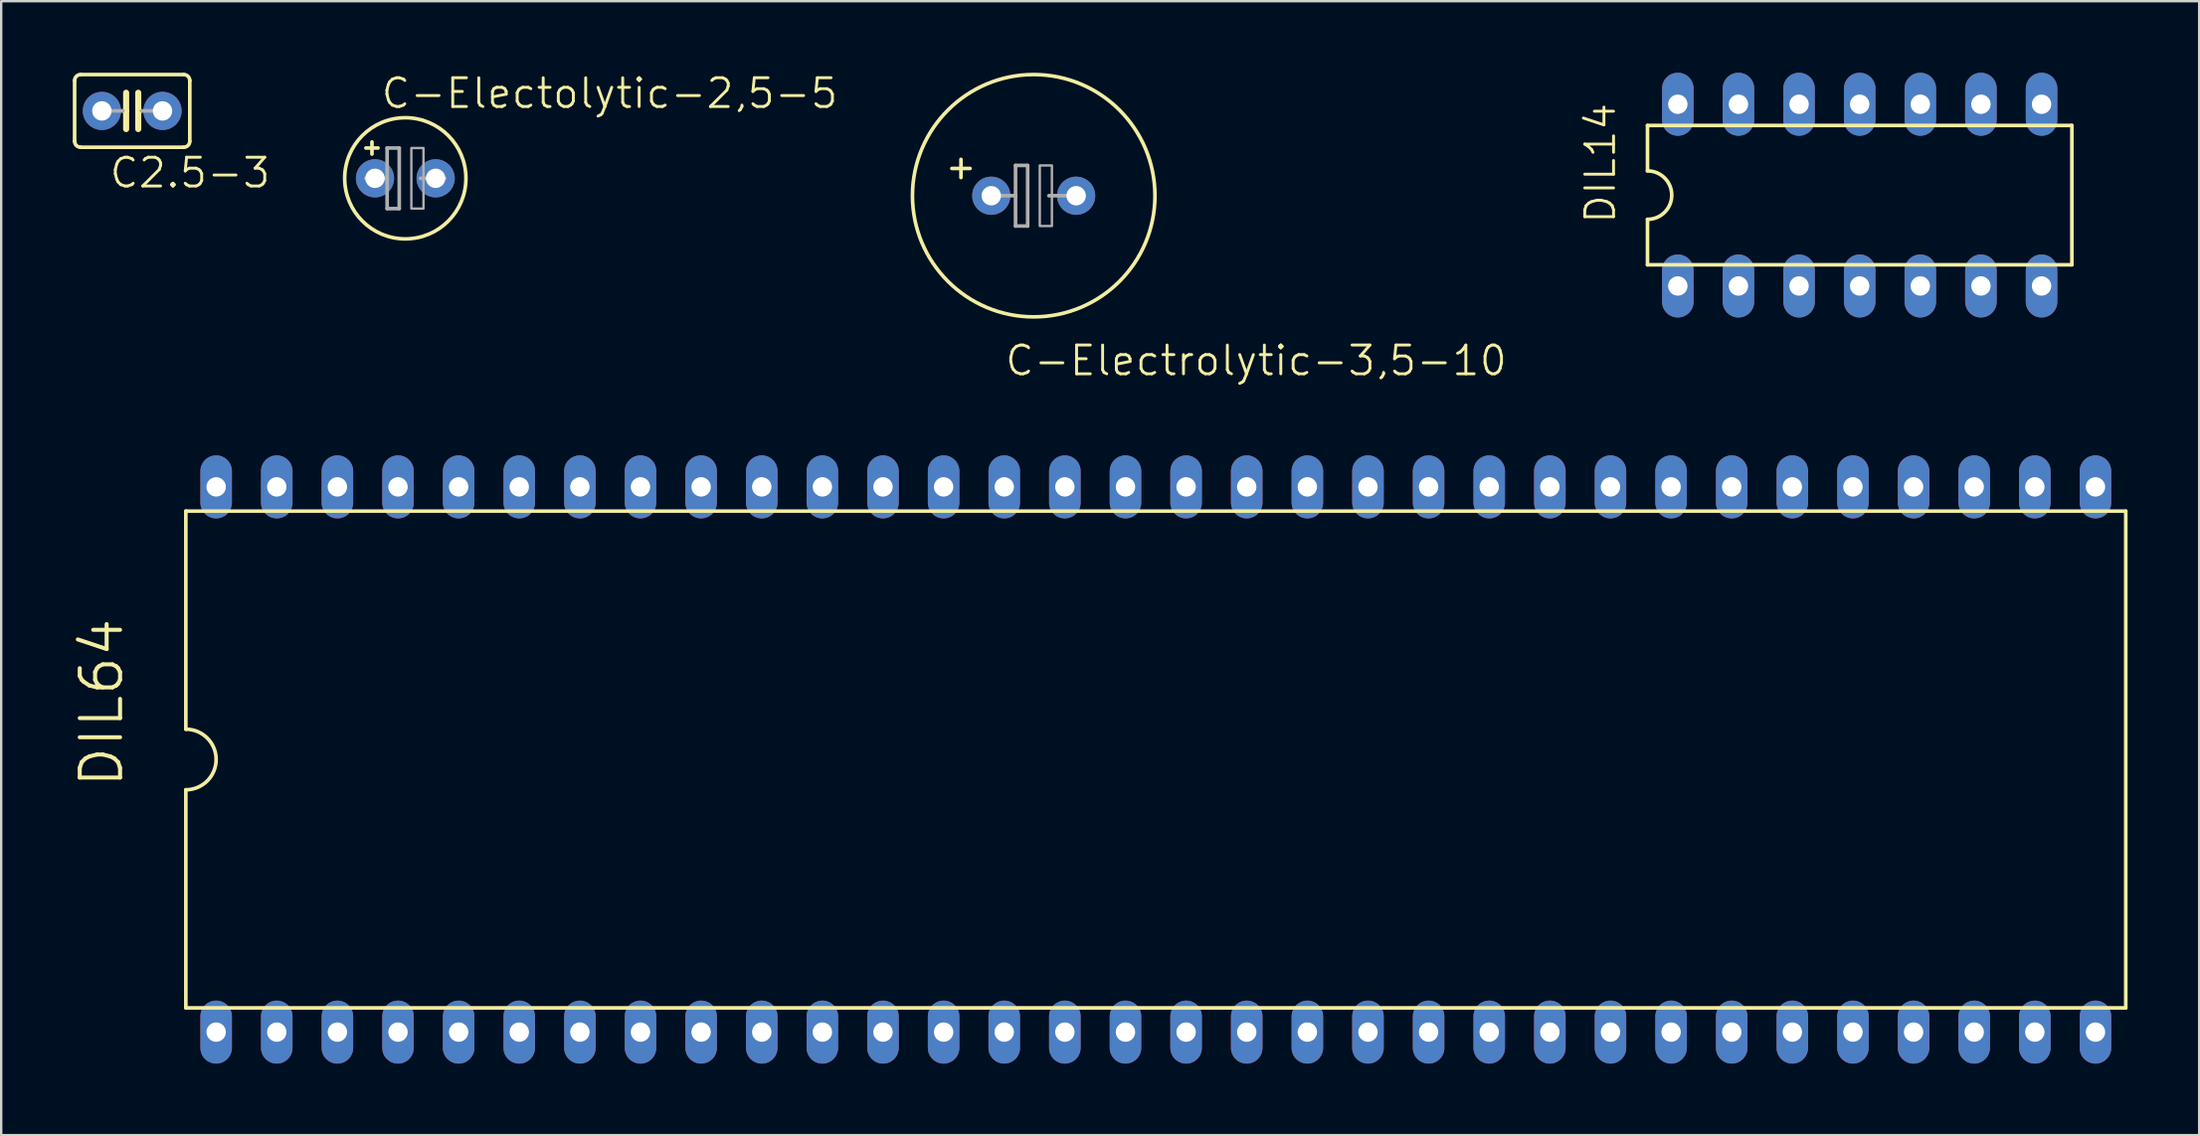
<source format=kicad_pcb>
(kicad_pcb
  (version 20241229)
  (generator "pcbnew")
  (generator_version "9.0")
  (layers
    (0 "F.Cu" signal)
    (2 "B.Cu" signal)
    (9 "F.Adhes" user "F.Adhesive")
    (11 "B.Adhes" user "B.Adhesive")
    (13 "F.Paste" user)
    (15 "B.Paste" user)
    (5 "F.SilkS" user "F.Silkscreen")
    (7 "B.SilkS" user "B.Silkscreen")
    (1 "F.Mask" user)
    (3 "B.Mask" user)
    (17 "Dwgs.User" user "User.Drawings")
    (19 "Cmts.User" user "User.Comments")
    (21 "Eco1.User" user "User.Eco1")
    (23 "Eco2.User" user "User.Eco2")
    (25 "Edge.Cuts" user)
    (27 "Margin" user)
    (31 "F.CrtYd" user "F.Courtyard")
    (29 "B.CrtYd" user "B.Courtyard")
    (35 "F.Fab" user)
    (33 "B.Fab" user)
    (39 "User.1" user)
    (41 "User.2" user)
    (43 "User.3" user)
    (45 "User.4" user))
  (footprint "C2.5-3"
    (layer "F.Cu")
    (at 2.489 1.6)
    (property "Reference" "C2.5-3" (at -1.016 3.302 180) (layer "F.SilkS") (effects (font (size 1.206 1.206) (thickness 0.121)) (justify left bottom)))
    (attr through_hole)
    (fp_line (start -2.413 -1.27) (end -2.413 1.27) (stroke (width 0.152) (type solid)) (layer "F.SilkS"))
    (fp_line (start -2.159 -1.524) (end 2.159 -1.524) (stroke (width 0.152) (type solid)) (layer "F.SilkS"))
    (fp_line (start -0.254 -0.762) (end -0.254 0) (stroke (width 0.254) (type solid)) (layer "F.SilkS"))
    (fp_line (start -0.254 0) (end -0.381 0) (stroke (width 0.152) (type solid)) (layer "F.SilkS"))
    (fp_line (start -0.254 0) (end -0.254 0.762) (stroke (width 0.254) (type solid)) (layer "F.SilkS"))
    (fp_line (start 0.254 0) (end 0.254 -0.762) (stroke (width 0.254) (type solid)) (layer "F.SilkS"))
    (fp_line (start 0.254 0) (end 0.254 0.762) (stroke (width 0.254) (type solid)) (layer "F.SilkS"))
    (fp_line (start 0.381 0) (end 0.254 0) (stroke (width 0.152) (type solid)) (layer "F.SilkS"))
    (fp_line (start 2.159 1.524) (end -2.159 1.524) (stroke (width 0.152) (type solid)) (layer "F.SilkS"))
    (fp_line (start 2.413 -1.27) (end 2.413 1.27) (stroke (width 0.152) (type solid)) (layer "F.SilkS"))
    (fp_arc (start -2.413 -1.27) (mid -2.338605 -1.449605) (end -2.159 -1.524) (stroke (width 0.1524) (type solid)) (layer "F.SilkS"))
    (fp_arc (start -2.159 1.524) (mid -2.338605 1.449605) (end -2.413 1.27) (stroke (width 0.1524) (type solid)) (layer "F.SilkS"))
    (fp_arc (start 2.159 -1.524) (mid 2.338605 -1.449605) (end 2.413 -1.27) (stroke (width 0.1524) (type solid)) (layer "F.SilkS"))
    (fp_arc (start 2.413 1.27) (mid 2.338605 1.449605) (end 2.159 1.524) (stroke (width 0.1524) (type solid)) (layer "F.SilkS"))
    (fp_line (start -0.381 0) (end -1.27 0) (stroke (width 0.152) (type solid)) (layer "F.Fab"))
    (fp_line (start 1.27 0) (end 0.381 0) (stroke (width 0.152) (type solid)) (layer "F.Fab"))
    (pad "1" thru_hole circle (at -1.27 0) (size 1.6 1.6) (drill 0.813) (layers "*.Cu" "*.Mask"))
    (pad "2" thru_hole circle (at 1.27 0) (size 1.6 1.6) (drill 0.813) (layers "*.Cu" "*.Mask")))
  (footprint "C-Electolytic-2,5-5"
    (layer "F.Cu")
    (at 13.932 4.426)
    (property "Reference" "C-Electolytic-2,5-5" (at -1.079 -2.857 0) (layer "F.SilkS") (effects (font (size 1.206 1.206) (thickness 0.121)) (justify left bottom)))
    (attr through_hole)
    (fp_line (start -1.651 -1.27) (end -1.397 -1.27) (stroke (width 0.152) (type solid)) (layer "F.SilkS"))
    (fp_line (start -1.397 -1.27) (end -1.397 -1.524) (stroke (width 0.152) (type solid)) (layer "F.SilkS"))
    (fp_line (start -1.397 -1.27) (end -1.143 -1.27) (stroke (width 0.152) (type solid)) (layer "F.SilkS"))
    (fp_line (start -1.397 -1.016) (end -1.397 -1.27) (stroke (width 0.152) (type solid)) (layer "F.SilkS"))
    (fp_circle (center 0 0) (end 2.54 0) (stroke (width 0.152) (type solid)) (fill no) (layer "F.SilkS"))
    (fp_line (start -1.651 0) (end -0.762 0) (stroke (width 0.152) (type solid)) (layer "F.Fab"))
    (fp_line (start -0.762 -1.27) (end -0.762 0) (stroke (width 0.152) (type solid)) (layer "F.Fab"))
    (fp_line (start -0.762 0) (end -0.762 1.27) (stroke (width 0.152) (type solid)) (layer "F.Fab"))
    (fp_line (start -0.762 1.27) (end -0.254 1.27) (stroke (width 0.152) (type solid)) (layer "F.Fab"))
    (fp_line (start -0.254 -1.27) (end -0.762 -1.27) (stroke (width 0.152) (type solid)) (layer "F.Fab"))
    (fp_line (start -0.254 1.27) (end -0.254 -1.27) (stroke (width 0.152) (type solid)) (layer "F.Fab"))
    (fp_line (start 0.635 0) (end 1.651 0) (stroke (width 0.152) (type solid)) (layer "F.Fab"))
    (fp_poly (pts (xy 0.254 1.27) (xy 0.762 1.27) (xy 0.762 -1.27) (xy 0.254 -1.27)) (stroke (width 0.1) (type solid)) (fill no) (layer "F.Fab"))
    (pad "+" thru_hole circle (at -1.27 0) (size 1.6 1.6) (drill 0.813) (layers "*.Cu" "*.Mask"))
    (pad "-" thru_hole circle (at 1.27 0) (size 1.6 1.6) (drill 0.813) (layers "*.Cu" "*.Mask")))
  (footprint "DIL14"
    (layer "F.Cu")
    (at 74.868 5.131)
    (property "Reference" "DIL14" (at -10.16 1.27 90) (layer "F.SilkS") (effects (font (size 1.206 1.206) (thickness 0.121)) (justify left bottom)))
    (attr through_hole)
    (fp_line (start -8.89 -2.921) (end -8.89 -1.016) (stroke (width 0.152) (type solid)) (layer "F.SilkS"))
    (fp_line (start -8.89 2.921) (end -8.89 1.016) (stroke (width 0.152) (type solid)) (layer "F.SilkS"))
    (fp_line (start -8.89 2.921) (end 8.89 2.921) (stroke (width 0.152) (type solid)) (layer "F.SilkS"))
    (fp_line (start 8.89 -2.921) (end -8.89 -2.921) (stroke (width 0.152) (type solid)) (layer "F.SilkS"))
    (fp_line (start 8.89 -2.921) (end 8.89 2.921) (stroke (width 0.152) (type solid)) (layer "F.SilkS"))
    (fp_arc (start -8.89 -1.016) (mid -7.874 0) (end -8.89 1.016) (stroke (width 0.1524) (type solid)) (layer "F.SilkS"))
    (pad "1" thru_hole oval (at -7.62 3.81 90) (size 2.642 1.321) (drill 0.813) (layers "*.Cu" "*.Mask"))
    (pad "2" thru_hole oval (at -5.08 3.81 90) (size 2.642 1.321) (drill 0.813) (layers "*.Cu" "*.Mask"))
    (pad "3" thru_hole oval (at -2.54 3.81 90) (size 2.642 1.321) (drill 0.813) (layers "*.Cu" "*.Mask"))
    (pad "4" thru_hole oval (at 0 3.81 90) (size 2.642 1.321) (drill 0.813) (layers "*.Cu" "*.Mask"))
    (pad "5" thru_hole oval (at 2.54 3.81 90) (size 2.642 1.321) (drill 0.813) (layers "*.Cu" "*.Mask"))
    (pad "6" thru_hole oval (at 5.08 3.81 90) (size 2.642 1.321) (drill 0.813) (layers "*.Cu" "*.Mask"))
    (pad "7" thru_hole oval (at 7.62 3.81 90) (size 2.642 1.321) (drill 0.813) (layers "*.Cu" "*.Mask"))
    (pad "8" thru_hole oval (at 7.62 -3.81 90) (size 2.642 1.321) (drill 0.813) (layers "*.Cu" "*.Mask"))
    (pad "9" thru_hole oval (at 5.08 -3.81 90) (size 2.642 1.321) (drill 0.813) (layers "*.Cu" "*.Mask"))
    (pad "10" thru_hole oval (at 2.54 -3.81 90) (size 2.642 1.321) (drill 0.813) (layers "*.Cu" "*.Mask"))
    (pad "11" thru_hole oval (at 0 -3.81 90) (size 2.642 1.321) (drill 0.813) (layers "*.Cu" "*.Mask"))
    (pad "12" thru_hole oval (at -2.54 -3.81 90) (size 2.642 1.321) (drill 0.813) (layers "*.Cu" "*.Mask"))
    (pad "13" thru_hole oval (at -5.08 -3.81 90) (size 2.642 1.321) (drill 0.813) (layers "*.Cu" "*.Mask"))
    (pad "14" thru_hole oval (at -7.62 -3.81 90) (size 2.642 1.321) (drill 0.813) (layers "*.Cu" "*.Mask")))
  (footprint "DIL64"
    (layer "F.Cu")
    (at 45.376 28.794)
    (property "Reference" "DIL64" (at -43.18 1.27 90) (layer "F.SilkS") (effects (font (size 1.689 1.689) (thickness 0.169)) (justify left bottom)))
    (attr through_hole)
    (fp_line (start -40.64 -10.414) (end -40.64 -1.27) (stroke (width 0.152) (type solid)) (layer "F.SilkS"))
    (fp_line (start -40.64 -10.414) (end 40.64 -10.414) (stroke (width 0.152) (type solid)) (layer "F.SilkS"))
    (fp_line (start -40.64 1.27) (end -40.64 10.414) (stroke (width 0.152) (type solid)) (layer "F.SilkS"))
    (fp_line (start -40.64 10.414) (end 40.64 10.414) (stroke (width 0.152) (type solid)) (layer "F.SilkS"))
    (fp_line (start 40.64 10.414) (end 40.64 -10.414) (stroke (width 0.152) (type solid)) (layer "F.SilkS"))
    (fp_arc (start -40.64 -1.27) (mid -39.37 0) (end -40.64 1.27) (stroke (width 0.1524) (type solid)) (layer "F.SilkS"))
    (pad "1" thru_hole oval (at -39.37 11.43 90) (size 2.642 1.321) (drill 0.813) (layers "*.Cu" "*.Mask"))
    (pad "2" thru_hole oval (at -36.83 11.43 90) (size 2.642 1.321) (drill 0.813) (layers "*.Cu" "*.Mask"))
    (pad "3" thru_hole oval (at -34.29 11.43 90) (size 2.642 1.321) (drill 0.813) (layers "*.Cu" "*.Mask"))
    (pad "4" thru_hole oval (at -31.75 11.43 90) (size 2.642 1.321) (drill 0.813) (layers "*.Cu" "*.Mask"))
    (pad "5" thru_hole oval (at -29.21 11.43 90) (size 2.642 1.321) (drill 0.813) (layers "*.Cu" "*.Mask"))
    (pad "6" thru_hole oval (at -26.67 11.43 90) (size 2.642 1.321) (drill 0.813) (layers "*.Cu" "*.Mask"))
    (pad "7" thru_hole oval (at -24.13 11.43 90) (size 2.642 1.321) (drill 0.813) (layers "*.Cu" "*.Mask"))
    (pad "8" thru_hole oval (at -21.59 11.43 90) (size 2.642 1.321) (drill 0.813) (layers "*.Cu" "*.Mask"))
    (pad "9" thru_hole oval (at -19.05 11.43 90) (size 2.642 1.321) (drill 0.813) (layers "*.Cu" "*.Mask"))
    (pad "10" thru_hole oval (at -16.51 11.43 90) (size 2.642 1.321) (drill 0.813) (layers "*.Cu" "*.Mask"))
    (pad "11" thru_hole oval (at -13.97 11.43 90) (size 2.642 1.321) (drill 0.813) (layers "*.Cu" "*.Mask"))
    (pad "12" thru_hole oval (at -11.43 11.43 90) (size 2.642 1.321) (drill 0.813) (layers "*.Cu" "*.Mask"))
    (pad "13" thru_hole oval (at -8.89 11.43 90) (size 2.642 1.321) (drill 0.813) (layers "*.Cu" "*.Mask"))
    (pad "14" thru_hole oval (at -6.35 11.43 90) (size 2.642 1.321) (drill 0.813) (layers "*.Cu" "*.Mask"))
    (pad "15" thru_hole oval (at -3.81 11.43 90) (size 2.642 1.321) (drill 0.813) (layers "*.Cu" "*.Mask"))
    (pad "16" thru_hole oval (at -1.27 11.43 90) (size 2.642 1.321) (drill 0.813) (layers "*.Cu" "*.Mask"))
    (pad "17" thru_hole oval (at 1.27 11.43 90) (size 2.642 1.321) (drill 0.813) (layers "*.Cu" "*.Mask"))
    (pad "18" thru_hole oval (at 3.81 11.43 90) (size 2.642 1.321) (drill 0.813) (layers "*.Cu" "*.Mask"))
    (pad "19" thru_hole oval (at 6.35 11.43 90) (size 2.642 1.321) (drill 0.813) (layers "*.Cu" "*.Mask"))
    (pad "20" thru_hole oval (at 8.89 11.43 90) (size 2.642 1.321) (drill 0.813) (layers "*.Cu" "*.Mask"))
    (pad "21" thru_hole oval (at 11.43 11.43 90) (size 2.642 1.321) (drill 0.813) (layers "*.Cu" "*.Mask"))
    (pad "22" thru_hole oval (at 13.97 11.43 90) (size 2.642 1.321) (drill 0.813) (layers "*.Cu" "*.Mask"))
    (pad "23" thru_hole oval (at 16.51 11.43 90) (size 2.642 1.321) (drill 0.813) (layers "*.Cu" "*.Mask"))
    (pad "24" thru_hole oval (at 19.05 11.43 90) (size 2.642 1.321) (drill 0.813) (layers "*.Cu" "*.Mask"))
    (pad "25" thru_hole oval (at 21.59 11.43 90) (size 2.642 1.321) (drill 0.813) (layers "*.Cu" "*.Mask"))
    (pad "26" thru_hole oval (at 24.13 11.43 90) (size 2.642 1.321) (drill 0.813) (layers "*.Cu" "*.Mask"))
    (pad "27" thru_hole oval (at 26.67 11.43 90) (size 2.642 1.321) (drill 0.813) (layers "*.Cu" "*.Mask"))
    (pad "28" thru_hole oval (at 29.21 11.43 90) (size 2.642 1.321) (drill 0.813) (layers "*.Cu" "*.Mask"))
    (pad "29" thru_hole oval (at 31.75 11.43 90) (size 2.642 1.321) (drill 0.813) (layers "*.Cu" "*.Mask"))
    (pad "30" thru_hole oval (at 34.29 11.43 90) (size 2.642 1.321) (drill 0.813) (layers "*.Cu" "*.Mask"))
    (pad "31" thru_hole oval (at 36.83 11.43 90) (size 2.642 1.321) (drill 0.813) (layers "*.Cu" "*.Mask"))
    (pad "32" thru_hole oval (at 39.37 11.43 90) (size 2.642 1.321) (drill 0.813) (layers "*.Cu" "*.Mask"))
    (pad "33" thru_hole oval (at 39.37 -11.43 90) (size 2.642 1.321) (drill 0.813) (layers "*.Cu" "*.Mask"))
    (pad "34" thru_hole oval (at 36.83 -11.43 90) (size 2.642 1.321) (drill 0.813) (layers "*.Cu" "*.Mask"))
    (pad "35" thru_hole oval (at 34.29 -11.43 90) (size 2.642 1.321) (drill 0.813) (layers "*.Cu" "*.Mask"))
    (pad "36" thru_hole oval (at 31.75 -11.43 90) (size 2.642 1.321) (drill 0.813) (layers "*.Cu" "*.Mask"))
    (pad "37" thru_hole oval (at 29.21 -11.43 90) (size 2.642 1.321) (drill 0.813) (layers "*.Cu" "*.Mask"))
    (pad "38" thru_hole oval (at 26.67 -11.43 90) (size 2.642 1.321) (drill 0.813) (layers "*.Cu" "*.Mask"))
    (pad "39" thru_hole oval (at 24.13 -11.43 90) (size 2.642 1.321) (drill 0.813) (layers "*.Cu" "*.Mask"))
    (pad "40" thru_hole oval (at 21.59 -11.43 90) (size 2.642 1.321) (drill 0.813) (layers "*.Cu" "*.Mask"))
    (pad "41" thru_hole oval (at 19.05 -11.43 90) (size 2.642 1.321) (drill 0.813) (layers "*.Cu" "*.Mask"))
    (pad "42" thru_hole oval (at 16.51 -11.43 90) (size 2.642 1.321) (drill 0.813) (layers "*.Cu" "*.Mask"))
    (pad "43" thru_hole oval (at 13.97 -11.43 90) (size 2.642 1.321) (drill 0.813) (layers "*.Cu" "*.Mask"))
    (pad "44" thru_hole oval (at 11.43 -11.43 90) (size 2.642 1.321) (drill 0.813) (layers "*.Cu" "*.Mask"))
    (pad "45" thru_hole oval (at 8.89 -11.43 90) (size 2.642 1.321) (drill 0.813) (layers "*.Cu" "*.Mask"))
    (pad "46" thru_hole oval (at 6.35 -11.43 90) (size 2.642 1.321) (drill 0.813) (layers "*.Cu" "*.Mask"))
    (pad "47" thru_hole oval (at 3.81 -11.43 90) (size 2.642 1.321) (drill 0.813) (layers "*.Cu" "*.Mask"))
    (pad "48" thru_hole oval (at 1.27 -11.43 90) (size 2.642 1.321) (drill 0.813) (layers "*.Cu" "*.Mask"))
    (pad "49" thru_hole oval (at -1.27 -11.43 90) (size 2.642 1.321) (drill 0.813) (layers "*.Cu" "*.Mask"))
    (pad "50" thru_hole oval (at -3.81 -11.43 90) (size 2.642 1.321) (drill 0.813) (layers "*.Cu" "*.Mask"))
    (pad "51" thru_hole oval (at -6.35 -11.43 90) (size 2.642 1.321) (drill 0.813) (layers "*.Cu" "*.Mask"))
    (pad "52" thru_hole oval (at -8.89 -11.43 90) (size 2.642 1.321) (drill 0.813) (layers "*.Cu" "*.Mask"))
    (pad "53" thru_hole oval (at -11.43 -11.43 90) (size 2.642 1.321) (drill 0.813) (layers "*.Cu" "*.Mask"))
    (pad "54" thru_hole oval (at -13.97 -11.43 90) (size 2.642 1.321) (drill 0.813) (layers "*.Cu" "*.Mask"))
    (pad "55" thru_hole oval (at -16.51 -11.43 90) (size 2.642 1.321) (drill 0.813) (layers "*.Cu" "*.Mask"))
    (pad "56" thru_hole oval (at -19.05 -11.43 90) (size 2.642 1.321) (drill 0.813) (layers "*.Cu" "*.Mask"))
    (pad "57" thru_hole oval (at -21.59 -11.43 90) (size 2.642 1.321) (drill 0.813) (layers "*.Cu" "*.Mask"))
    (pad "58" thru_hole oval (at -24.13 -11.43 90) (size 2.642 1.321) (drill 0.813) (layers "*.Cu" "*.Mask"))
    (pad "59" thru_hole oval (at -26.67 -11.43 90) (size 2.642 1.321) (drill 0.813) (layers "*.Cu" "*.Mask"))
    (pad "60" thru_hole oval (at -29.21 -11.43 90) (size 2.642 1.321) (drill 0.813) (layers "*.Cu" "*.Mask"))
    (pad "61" thru_hole oval (at -31.75 -11.43 90) (size 2.642 1.321) (drill 0.813) (layers "*.Cu" "*.Mask"))
    (pad "62" thru_hole oval (at -34.29 -11.43 90) (size 2.642 1.321) (drill 0.813) (layers "*.Cu" "*.Mask"))
    (pad "63" thru_hole oval (at -36.83 -11.43 90) (size 2.642 1.321) (drill 0.813) (layers "*.Cu" "*.Mask"))
    (pad "64" thru_hole oval (at -39.37 -11.43 90) (size 2.642 1.321) (drill 0.813) (layers "*.Cu" "*.Mask")))
  (footprint "C-Electrolytic-3,5-10"
    (layer "F.Cu")
    (at 40.261 5.156)
    (property "Reference" "C-Electrolytic-3,5-10" (at -1.27 7.62 180) (layer "F.SilkS") (effects (font (size 1.206 1.206) (thickness 0.121)) (justify left bottom)))
    (attr through_hole)
    (fp_line (start -3.429 -1.143) (end -2.667 -1.143) (stroke (width 0.152) (type solid)) (layer "F.SilkS"))
    (fp_line (start -3.048 -0.762) (end -3.048 -1.524) (stroke (width 0.152) (type solid)) (layer "F.SilkS"))
    (fp_circle (center 0 0) (end 5.08 0) (stroke (width 0.152) (type solid)) (fill no) (layer "F.SilkS"))
    (fp_line (start -1.651 0) (end -0.762 0) (stroke (width 0.152) (type solid)) (layer "F.Fab"))
    (fp_line (start -0.762 -1.27) (end -0.762 0) (stroke (width 0.152) (type solid)) (layer "F.Fab"))
    (fp_line (start -0.762 0) (end -0.762 1.27) (stroke (width 0.152) (type solid)) (layer "F.Fab"))
    (fp_line (start -0.762 1.27) (end -0.254 1.27) (stroke (width 0.152) (type solid)) (layer "F.Fab"))
    (fp_line (start -0.254 -1.27) (end -0.762 -1.27) (stroke (width 0.152) (type solid)) (layer "F.Fab"))
    (fp_line (start -0.254 1.27) (end -0.254 -1.27) (stroke (width 0.152) (type solid)) (layer "F.Fab"))
    (fp_line (start 0.635 0) (end 1.651 0) (stroke (width 0.152) (type solid)) (layer "F.Fab"))
    (fp_poly (pts (xy 0.254 1.27) (xy 0.762 1.27) (xy 0.762 -1.27) (xy 0.254 -1.27)) (stroke (width 0.1) (type solid)) (fill no) (layer "F.Fab"))
    (pad "+" thru_hole circle (at -1.778 0) (size 1.6 1.6) (drill 0.813) (layers "*.Cu" "*.Mask"))
    (pad "-" thru_hole circle (at 1.778 0) (size 1.6 1.6) (drill 0.813) (layers "*.Cu" "*.Mask")))
  (gr_rect
    (start -3 -3)
    (end 89.092 44.544)
    (stroke (width 0.1) (type default))
    (fill no)
    (layer "Edge.Cuts")))
</source>
